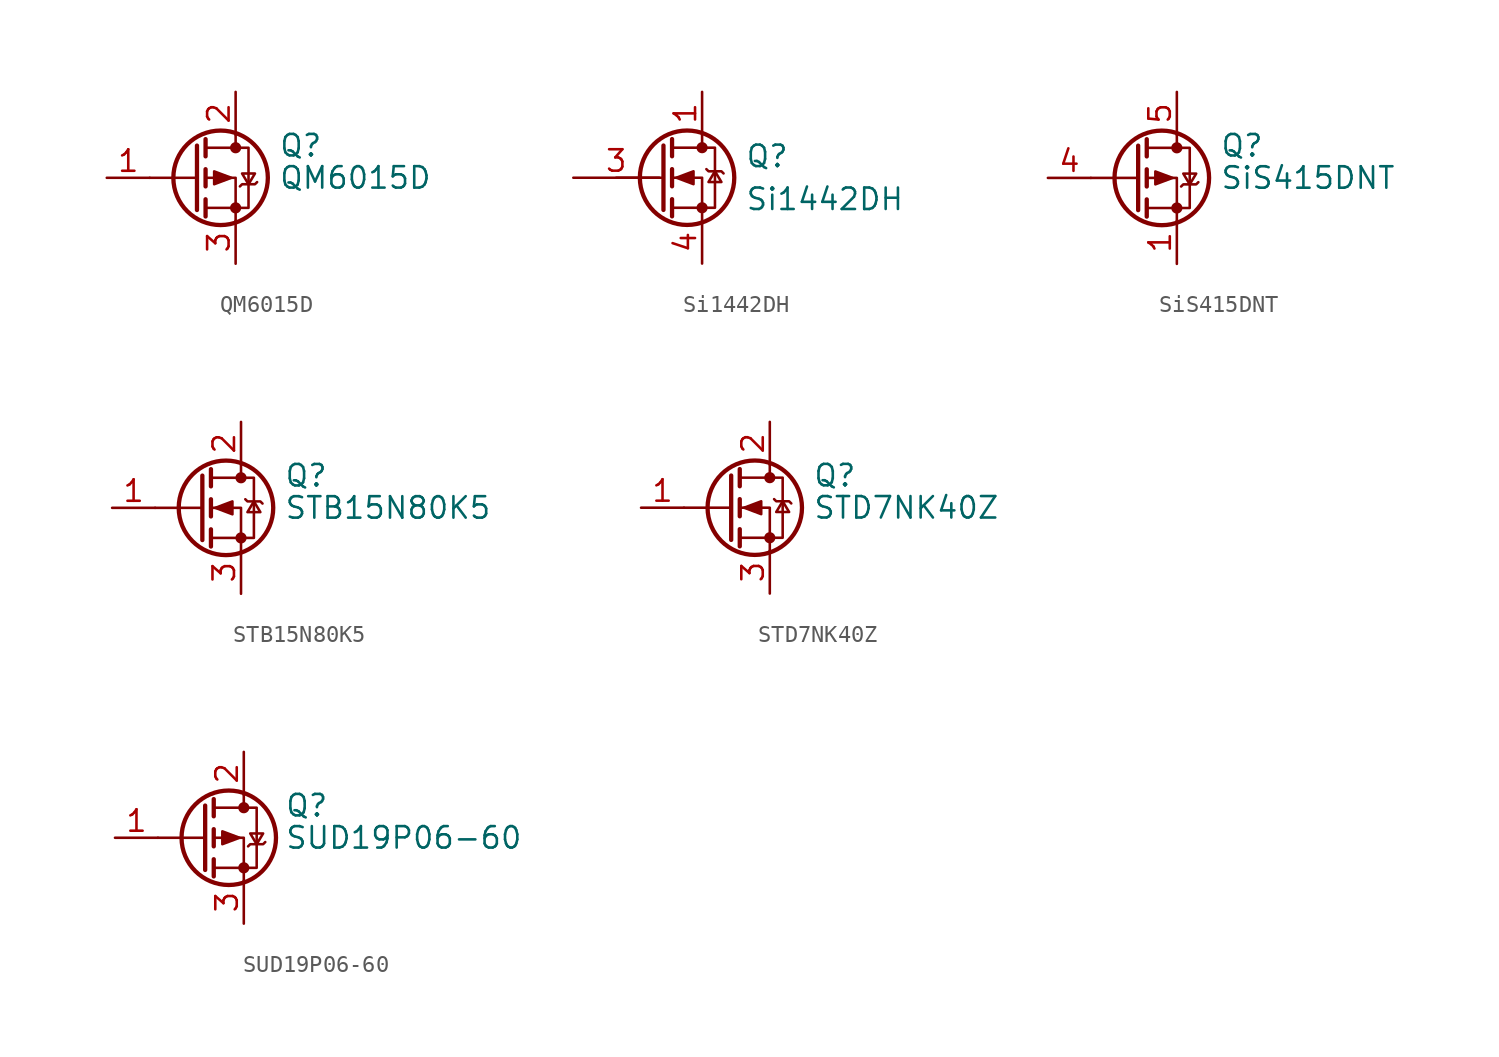
<source format=kicad_sym>
(kicad_symbol_lib
  (version 20220914)
  (generator kicad_symbol_editor)
  (symbol "QM6015D"
    (pin_names hide)
    (property "Reference" "Q"
      (at 5.08 1.905 0)
      (effects (font (size 1.27 1.27)) (justify left)))
    (property "Value" "QM6015D"
      (at 5.08 0 0)
      (effects (font (size 1.27 1.27)) (justify left)))
    (symbol "QM6015D_0_1"
      (polyline (pts (xy 0.254 0) (xy -2.54 0)) (stroke (width 0) (type default)) (fill (type none)))
      (polyline (pts (xy 0.254 1.905) (xy 0.254 -1.905)) (stroke (width 0.254) (type default)) (fill (type none)))
      (polyline (pts (xy 0.762 -1.27) (xy 0.762 -2.286)) (stroke (width 0.254) (type default)) (fill (type none)))
      (polyline (pts (xy 0.762 0.508) (xy 0.762 -0.508)) (stroke (width 0.254) (type default)) (fill (type none)))
      (polyline (pts (xy 0.762 2.286) (xy 0.762 1.27)) (stroke (width 0.254) (type default)) (fill (type none)))
      (polyline (pts (xy 2.54 2.54) (xy 2.54 1.778)) (stroke (width 0) (type default)) (fill (type none)))
      (polyline (pts (xy 2.54 -2.54) (xy 2.54 0) (xy 0.762 0)) (stroke (width 0) (type default)) (fill (type none)))
      (polyline (pts (xy 0.762 1.778) (xy 3.302 1.778) (xy 3.302 -1.778) (xy 0.762 -1.778)) (stroke (width 0) (type default)) (fill (type none)))
      (polyline (pts (xy 2.286 0) (xy 1.27 0.381) (xy 1.27 -0.381) (xy 2.286 0)) (stroke (width 0) (type default)) (fill (type outline)))
      (polyline (pts (xy 2.794 -0.508) (xy 2.921 -0.381) (xy 3.683 -0.381) (xy 3.81 -0.254)) (stroke (width 0) (type default)) (fill (type none)))
      (polyline (pts (xy 3.302 -0.381) (xy 2.921 0.254) (xy 3.683 0.254) (xy 3.302 -0.381)) (stroke (width 0) (type default)) (fill (type none)))
      (circle (center 1.651 0) (radius 2.794) (stroke (width 0.254) (type default)) (fill (type none)))
      (circle (center 2.54 -1.778) (radius 0.254) (stroke (width 0) (type default)) (fill (type outline)))
      (circle (center 2.54 1.778) (radius 0.254) (stroke (width 0) (type default)) (fill (type outline))))
    (symbol "QM6015D_1_1"
      (pin passive line (at -5.08 0 0) (length 2.54) (name "G" (effects (font (size 1.27 1.27)))) (number "1" (effects (font (size 1.27 1.27)))))
      (pin passive line (at 2.54 5.08 270) (length 2.54) (name "D" (effects (font (size 1.27 1.27)))) (number "2" (effects (font (size 1.27 1.27)))))
      (pin passive line (at 2.54 -5.08 90) (length 2.54) (name "S" (effects (font (size 1.27 1.27)))) (number "3" (effects (font (size 1.27 1.27)))))))
  (symbol "Si1442DH"
    (pin_names hide)
    (property "Reference" "Q"
      (at 5.08 1.27 0)
      (effects (font (size 1.27 1.27)) (justify left)))
    (property "Value" "Si1442DH"
      (at 5.08 -1.27 0)
      (effects (font (size 1.27 1.27)) (justify left)))
    (symbol "Si1442DH_0_1"
      (polyline (pts (xy 0.254 0) (xy -2.54 0)) (stroke (width 0) (type default)) (fill (type none)))
      (polyline (pts (xy 0.254 1.905) (xy 0.254 -1.905)) (stroke (width 0.254) (type default)) (fill (type none)))
      (polyline (pts (xy 0.762 -1.27) (xy 0.762 -2.286)) (stroke (width 0.254) (type default)) (fill (type none)))
      (polyline (pts (xy 0.762 0.508) (xy 0.762 -0.508)) (stroke (width 0.254) (type default)) (fill (type none)))
      (polyline (pts (xy 0.762 2.286) (xy 0.762 1.27)) (stroke (width 0.254) (type default)) (fill (type none)))
      (polyline (pts (xy 2.54 2.54) (xy 2.54 1.778)) (stroke (width 0) (type default)) (fill (type none)))
      (polyline (pts (xy 2.54 -2.54) (xy 2.54 0) (xy 0.762 0)) (stroke (width 0) (type default)) (fill (type none)))
      (polyline (pts (xy 0.762 -1.778) (xy 3.302 -1.778) (xy 3.302 1.778) (xy 0.762 1.778)) (stroke (width 0) (type default)) (fill (type none)))
      (polyline (pts (xy 1.016 0) (xy 2.032 0.381) (xy 2.032 -0.381) (xy 1.016 0)) (stroke (width 0) (type default)) (fill (type outline)))
      (polyline (pts (xy 2.794 0.508) (xy 2.921 0.381) (xy 3.683 0.381) (xy 3.81 0.254)) (stroke (width 0) (type default)) (fill (type none)))
      (polyline (pts (xy 3.302 0.381) (xy 2.921 -0.254) (xy 3.683 -0.254) (xy 3.302 0.381)) (stroke (width 0) (type default)) (fill (type none)))
      (circle (center 1.651 0) (radius 2.794) (stroke (width 0.254) (type default)) (fill (type none)))
      (circle (center 2.54 -1.778) (radius 0.254) (stroke (width 0) (type default)) (fill (type outline)))
      (circle (center 2.54 1.778) (radius 0.254) (stroke (width 0) (type default)) (fill (type outline))))
    (symbol "Si1442DH_1_1"
      (pin passive line (at 2.54 5.08 270) (length 2.54) (name "D" (effects (font (size 1.27 1.27)))) (number "1" (effects (font (size 1.27 1.27)))))
      (pin passive line (at 2.54 5.08 270) (length 2.54) hide (name "D" (effects (font (size 1.27 1.27)))) (number "2" (effects (font (size 1.27 1.27)))))
      (pin input line (at -5.08 0 0) (length 5.08) (name "G" (effects (font (size 1.27 1.27)))) (number "3" (effects (font (size 1.27 1.27)))))
      (pin passive line (at 2.54 -5.08 90) (length 2.54) (name "S" (effects (font (size 1.27 1.27)))) (number "4" (effects (font (size 1.27 1.27)))))
      (pin passive line (at 2.54 5.08 270) (length 2.54) hide (name "D" (effects (font (size 1.27 1.27)))) (number "5" (effects (font (size 1.27 1.27)))))
      (pin passive line (at 2.54 5.08 270) (length 2.54) hide (name "D" (effects (font (size 1.27 1.27)))) (number "6" (effects (font (size 1.27 1.27)))))))
  (symbol "SiS415DNT"
    (pin_names hide)
    (property "Reference" "Q"
      (at 5.08 1.905 0)
      (effects (font (size 1.27 1.27)) (justify left)))
    (property "Value" "SiS415DNT"
      (at 5.08 0 0)
      (effects (font (size 1.27 1.27)) (justify left)))
    (symbol "SiS415DNT_0_1"
      (polyline (pts (xy 0.254 0) (xy -2.54 0)) (stroke (width 0) (type default)) (fill (type none)))
      (polyline (pts (xy 0.254 1.905) (xy 0.254 -1.905)) (stroke (width 0.254) (type default)) (fill (type none)))
      (polyline (pts (xy 0.762 -1.27) (xy 0.762 -2.286)) (stroke (width 0.254) (type default)) (fill (type none)))
      (polyline (pts (xy 0.762 0.508) (xy 0.762 -0.508)) (stroke (width 0.254) (type default)) (fill (type none)))
      (polyline (pts (xy 0.762 2.286) (xy 0.762 1.27)) (stroke (width 0.254) (type default)) (fill (type none)))
      (polyline (pts (xy 2.54 2.54) (xy 2.54 1.778)) (stroke (width 0) (type default)) (fill (type none)))
      (polyline (pts (xy 2.54 -2.54) (xy 2.54 0) (xy 0.762 0)) (stroke (width 0) (type default)) (fill (type none)))
      (polyline (pts (xy 0.762 1.778) (xy 3.302 1.778) (xy 3.302 -1.778) (xy 0.762 -1.778)) (stroke (width 0) (type default)) (fill (type none)))
      (polyline (pts (xy 2.286 0) (xy 1.27 0.381) (xy 1.27 -0.381) (xy 2.286 0)) (stroke (width 0) (type default)) (fill (type outline)))
      (polyline (pts (xy 2.794 -0.508) (xy 2.921 -0.381) (xy 3.683 -0.381) (xy 3.81 -0.254)) (stroke (width 0) (type default)) (fill (type none)))
      (polyline (pts (xy 3.302 -0.381) (xy 2.921 0.254) (xy 3.683 0.254) (xy 3.302 -0.381)) (stroke (width 0) (type default)) (fill (type none)))
      (circle (center 1.651 0) (radius 2.794) (stroke (width 0.254) (type default)) (fill (type none)))
      (circle (center 2.54 -1.778) (radius 0.254) (stroke (width 0) (type default)) (fill (type outline)))
      (circle (center 2.54 1.778) (radius 0.254) (stroke (width 0) (type default)) (fill (type outline))))
    (symbol "SiS415DNT_1_1"
      (pin passive line (at 2.54 -5.08 90) (length 2.54) (name "S" (effects (font (size 1.27 1.27)))) (number "1" (effects (font (size 1.27 1.27)))))
      (pin passive line (at 2.54 -5.08 90) (length 2.54) hide (name "S" (effects (font (size 1.27 1.27)))) (number "2" (effects (font (size 1.27 1.27)))))
      (pin passive line (at 2.54 -5.08 90) (length 2.54) hide (name "S" (effects (font (size 1.27 1.27)))) (number "3" (effects (font (size 1.27 1.27)))))
      (pin passive line (at -5.08 0 0) (length 2.54) (name "G" (effects (font (size 1.27 1.27)))) (number "4" (effects (font (size 1.27 1.27)))))
      (pin passive line (at 2.54 5.08 270) (length 2.54) (name "D" (effects (font (size 1.27 1.27)))) (number "5" (effects (font (size 1.27 1.27)))))))
  (symbol "STB15N80K5"
    (pin_names hide)
    (property "Reference" "Q"
      (at 5.08 1.905 0)
      (effects (font (size 1.27 1.27)) (justify left)))
    (property "Value" "STB15N80K5"
      (at 5.08 0 0)
      (effects (font (size 1.27 1.27)) (justify left)))
    (symbol "STB15N80K5_0_1"
      (polyline (pts (xy 0.254 0) (xy -2.54 0)) (stroke (width 0) (type default)) (fill (type none)))
      (polyline (pts (xy 0.254 1.905) (xy 0.254 -1.905)) (stroke (width 0.254) (type default)) (fill (type none)))
      (polyline (pts (xy 0.762 -1.27) (xy 0.762 -2.286)) (stroke (width 0.254) (type default)) (fill (type none)))
      (polyline (pts (xy 0.762 0.508) (xy 0.762 -0.508)) (stroke (width 0.254) (type default)) (fill (type none)))
      (polyline (pts (xy 0.762 2.286) (xy 0.762 1.27)) (stroke (width 0.254) (type default)) (fill (type none)))
      (polyline (pts (xy 2.54 2.54) (xy 2.54 1.778)) (stroke (width 0) (type default)) (fill (type none)))
      (polyline (pts (xy 2.54 -2.54) (xy 2.54 0) (xy 0.762 0)) (stroke (width 0) (type default)) (fill (type none)))
      (polyline (pts (xy 0.762 -1.778) (xy 3.302 -1.778) (xy 3.302 1.778) (xy 0.762 1.778)) (stroke (width 0) (type default)) (fill (type none)))
      (polyline (pts (xy 1.016 0) (xy 2.032 0.381) (xy 2.032 -0.381) (xy 1.016 0)) (stroke (width 0) (type default)) (fill (type outline)))
      (polyline (pts (xy 2.794 0.508) (xy 2.921 0.381) (xy 3.683 0.381) (xy 3.81 0.254)) (stroke (width 0) (type default)) (fill (type none)))
      (polyline (pts (xy 3.302 0.381) (xy 2.921 -0.254) (xy 3.683 -0.254) (xy 3.302 0.381)) (stroke (width 0) (type default)) (fill (type none)))
      (circle (center 1.651 0) (radius 2.794) (stroke (width 0.254) (type default)) (fill (type none)))
      (circle (center 2.54 -1.778) (radius 0.254) (stroke (width 0) (type default)) (fill (type outline)))
      (circle (center 2.54 1.778) (radius 0.254) (stroke (width 0) (type default)) (fill (type outline))))
    (symbol "STB15N80K5_1_1"
      (pin passive line (at -5.08 0 0) (length 2.54) (name "G" (effects (font (size 1.27 1.27)))) (number "1" (effects (font (size 1.27 1.27)))))
      (pin passive line (at 2.54 5.08 270) (length 2.54) (name "D" (effects (font (size 1.27 1.27)))) (number "2" (effects (font (size 1.27 1.27)))))
      (pin passive line (at 2.54 -5.08 90) (length 2.54) (name "S" (effects (font (size 1.27 1.27)))) (number "3" (effects (font (size 1.27 1.27)))))))
  (symbol "STD7NK40Z"
    (pin_names hide)
    (property "Reference" "Q"
      (at 5.08 1.905 0)
      (effects (font (size 1.27 1.27)) (justify left)))
    (property "Value" "STD7NK40Z"
      (at 5.08 0 0)
      (effects (font (size 1.27 1.27)) (justify left)))
    (symbol "STD7NK40Z_0_1"
      (polyline (pts (xy 0.254 0) (xy -2.54 0)) (stroke (width 0) (type default)) (fill (type none)))
      (polyline (pts (xy 0.254 1.905) (xy 0.254 -1.905)) (stroke (width 0.254) (type default)) (fill (type none)))
      (polyline (pts (xy 0.762 -1.27) (xy 0.762 -2.286)) (stroke (width 0.254) (type default)) (fill (type none)))
      (polyline (pts (xy 0.762 0.508) (xy 0.762 -0.508)) (stroke (width 0.254) (type default)) (fill (type none)))
      (polyline (pts (xy 0.762 2.286) (xy 0.762 1.27)) (stroke (width 0.254) (type default)) (fill (type none)))
      (polyline (pts (xy 2.54 2.54) (xy 2.54 1.778)) (stroke (width 0) (type default)) (fill (type none)))
      (polyline (pts (xy 2.54 -2.54) (xy 2.54 0) (xy 0.762 0)) (stroke (width 0) (type default)) (fill (type none)))
      (polyline (pts (xy 0.762 -1.778) (xy 3.302 -1.778) (xy 3.302 1.778) (xy 0.762 1.778)) (stroke (width 0) (type default)) (fill (type none)))
      (polyline (pts (xy 1.016 0) (xy 2.032 0.381) (xy 2.032 -0.381) (xy 1.016 0)) (stroke (width 0) (type default)) (fill (type outline)))
      (polyline (pts (xy 2.794 0.508) (xy 2.921 0.381) (xy 3.683 0.381) (xy 3.81 0.254)) (stroke (width 0) (type default)) (fill (type none)))
      (polyline (pts (xy 3.302 0.381) (xy 2.921 -0.254) (xy 3.683 -0.254) (xy 3.302 0.381)) (stroke (width 0) (type default)) (fill (type none)))
      (circle (center 1.651 0) (radius 2.794) (stroke (width 0.254) (type default)) (fill (type none)))
      (circle (center 2.54 -1.778) (radius 0.254) (stroke (width 0) (type default)) (fill (type outline)))
      (circle (center 2.54 1.778) (radius 0.254) (stroke (width 0) (type default)) (fill (type outline))))
    (symbol "STD7NK40Z_1_1"
      (pin passive line (at -5.08 0 0) (length 2.54) (name "G" (effects (font (size 1.27 1.27)))) (number "1" (effects (font (size 1.27 1.27)))))
      (pin passive line (at 2.54 5.08 270) (length 2.54) (name "D" (effects (font (size 1.27 1.27)))) (number "2" (effects (font (size 1.27 1.27)))))
      (pin passive line (at 2.54 -5.08 90) (length 2.54) (name "S" (effects (font (size 1.27 1.27)))) (number "3" (effects (font (size 1.27 1.27)))))))
  (symbol "SUD19P06-60"
    (pin_names hide)
    (property "Reference" "Q"
      (at 4.953 1.905 0)
      (effects (font (size 1.27 1.27)) (justify left)))
    (property "Value" "SUD19P06-60"
      (at 4.953 0 0)
      (effects (font (size 1.27 1.27)) (justify left)))
    (symbol "SUD19P06-60_0_1"
      (polyline (pts (xy 0.254 0) (xy -2.54 0)) (stroke (width 0) (type default)) (fill (type none)))
      (polyline (pts (xy 0.254 1.905) (xy 0.254 -1.905)) (stroke (width 0.254) (type default)) (fill (type none)))
      (polyline (pts (xy 0.762 -1.27) (xy 0.762 -2.286)) (stroke (width 0.254) (type default)) (fill (type none)))
      (polyline (pts (xy 0.762 0.508) (xy 0.762 -0.508)) (stroke (width 0.254) (type default)) (fill (type none)))
      (polyline (pts (xy 0.762 2.286) (xy 0.762 1.27)) (stroke (width 0.254) (type default)) (fill (type none)))
      (polyline (pts (xy 2.54 2.54) (xy 2.54 1.778)) (stroke (width 0) (type default)) (fill (type none)))
      (polyline (pts (xy 2.54 -2.54) (xy 2.54 0) (xy 0.762 0)) (stroke (width 0) (type default)) (fill (type none)))
      (polyline (pts (xy 0.762 1.778) (xy 3.302 1.778) (xy 3.302 -1.778) (xy 0.762 -1.778)) (stroke (width 0) (type default)) (fill (type none)))
      (polyline (pts (xy 2.286 0) (xy 1.27 0.381) (xy 1.27 -0.381) (xy 2.286 0)) (stroke (width 0) (type default)) (fill (type outline)))
      (polyline (pts (xy 2.794 -0.508) (xy 2.921 -0.381) (xy 3.683 -0.381) (xy 3.81 -0.254)) (stroke (width 0) (type default)) (fill (type none)))
      (polyline (pts (xy 3.302 -0.381) (xy 2.921 0.254) (xy 3.683 0.254) (xy 3.302 -0.381)) (stroke (width 0) (type default)) (fill (type none)))
      (circle (center 1.651 0) (radius 2.794) (stroke (width 0.254) (type default)) (fill (type none)))
      (circle (center 2.54 -1.778) (radius 0.254) (stroke (width 0) (type default)) (fill (type outline)))
      (circle (center 2.54 1.778) (radius 0.254) (stroke (width 0) (type default)) (fill (type outline))))
    (symbol "SUD19P06-60_1_1"
      (pin input line (at -5.08 0 0) (length 2.54) (name "G" (effects (font (size 1.27 1.27)))) (number "1" (effects (font (size 1.27 1.27)))))
      (pin passive line (at 2.54 5.08 270) (length 2.54) (name "D" (effects (font (size 1.27 1.27)))) (number "2" (effects (font (size 1.27 1.27)))))
      (pin passive line (at 2.54 -5.08 90) (length 2.54) (name "S" (effects (font (size 1.27 1.27)))) (number "3" (effects (font (size 1.27 1.27))))))))
</source>
